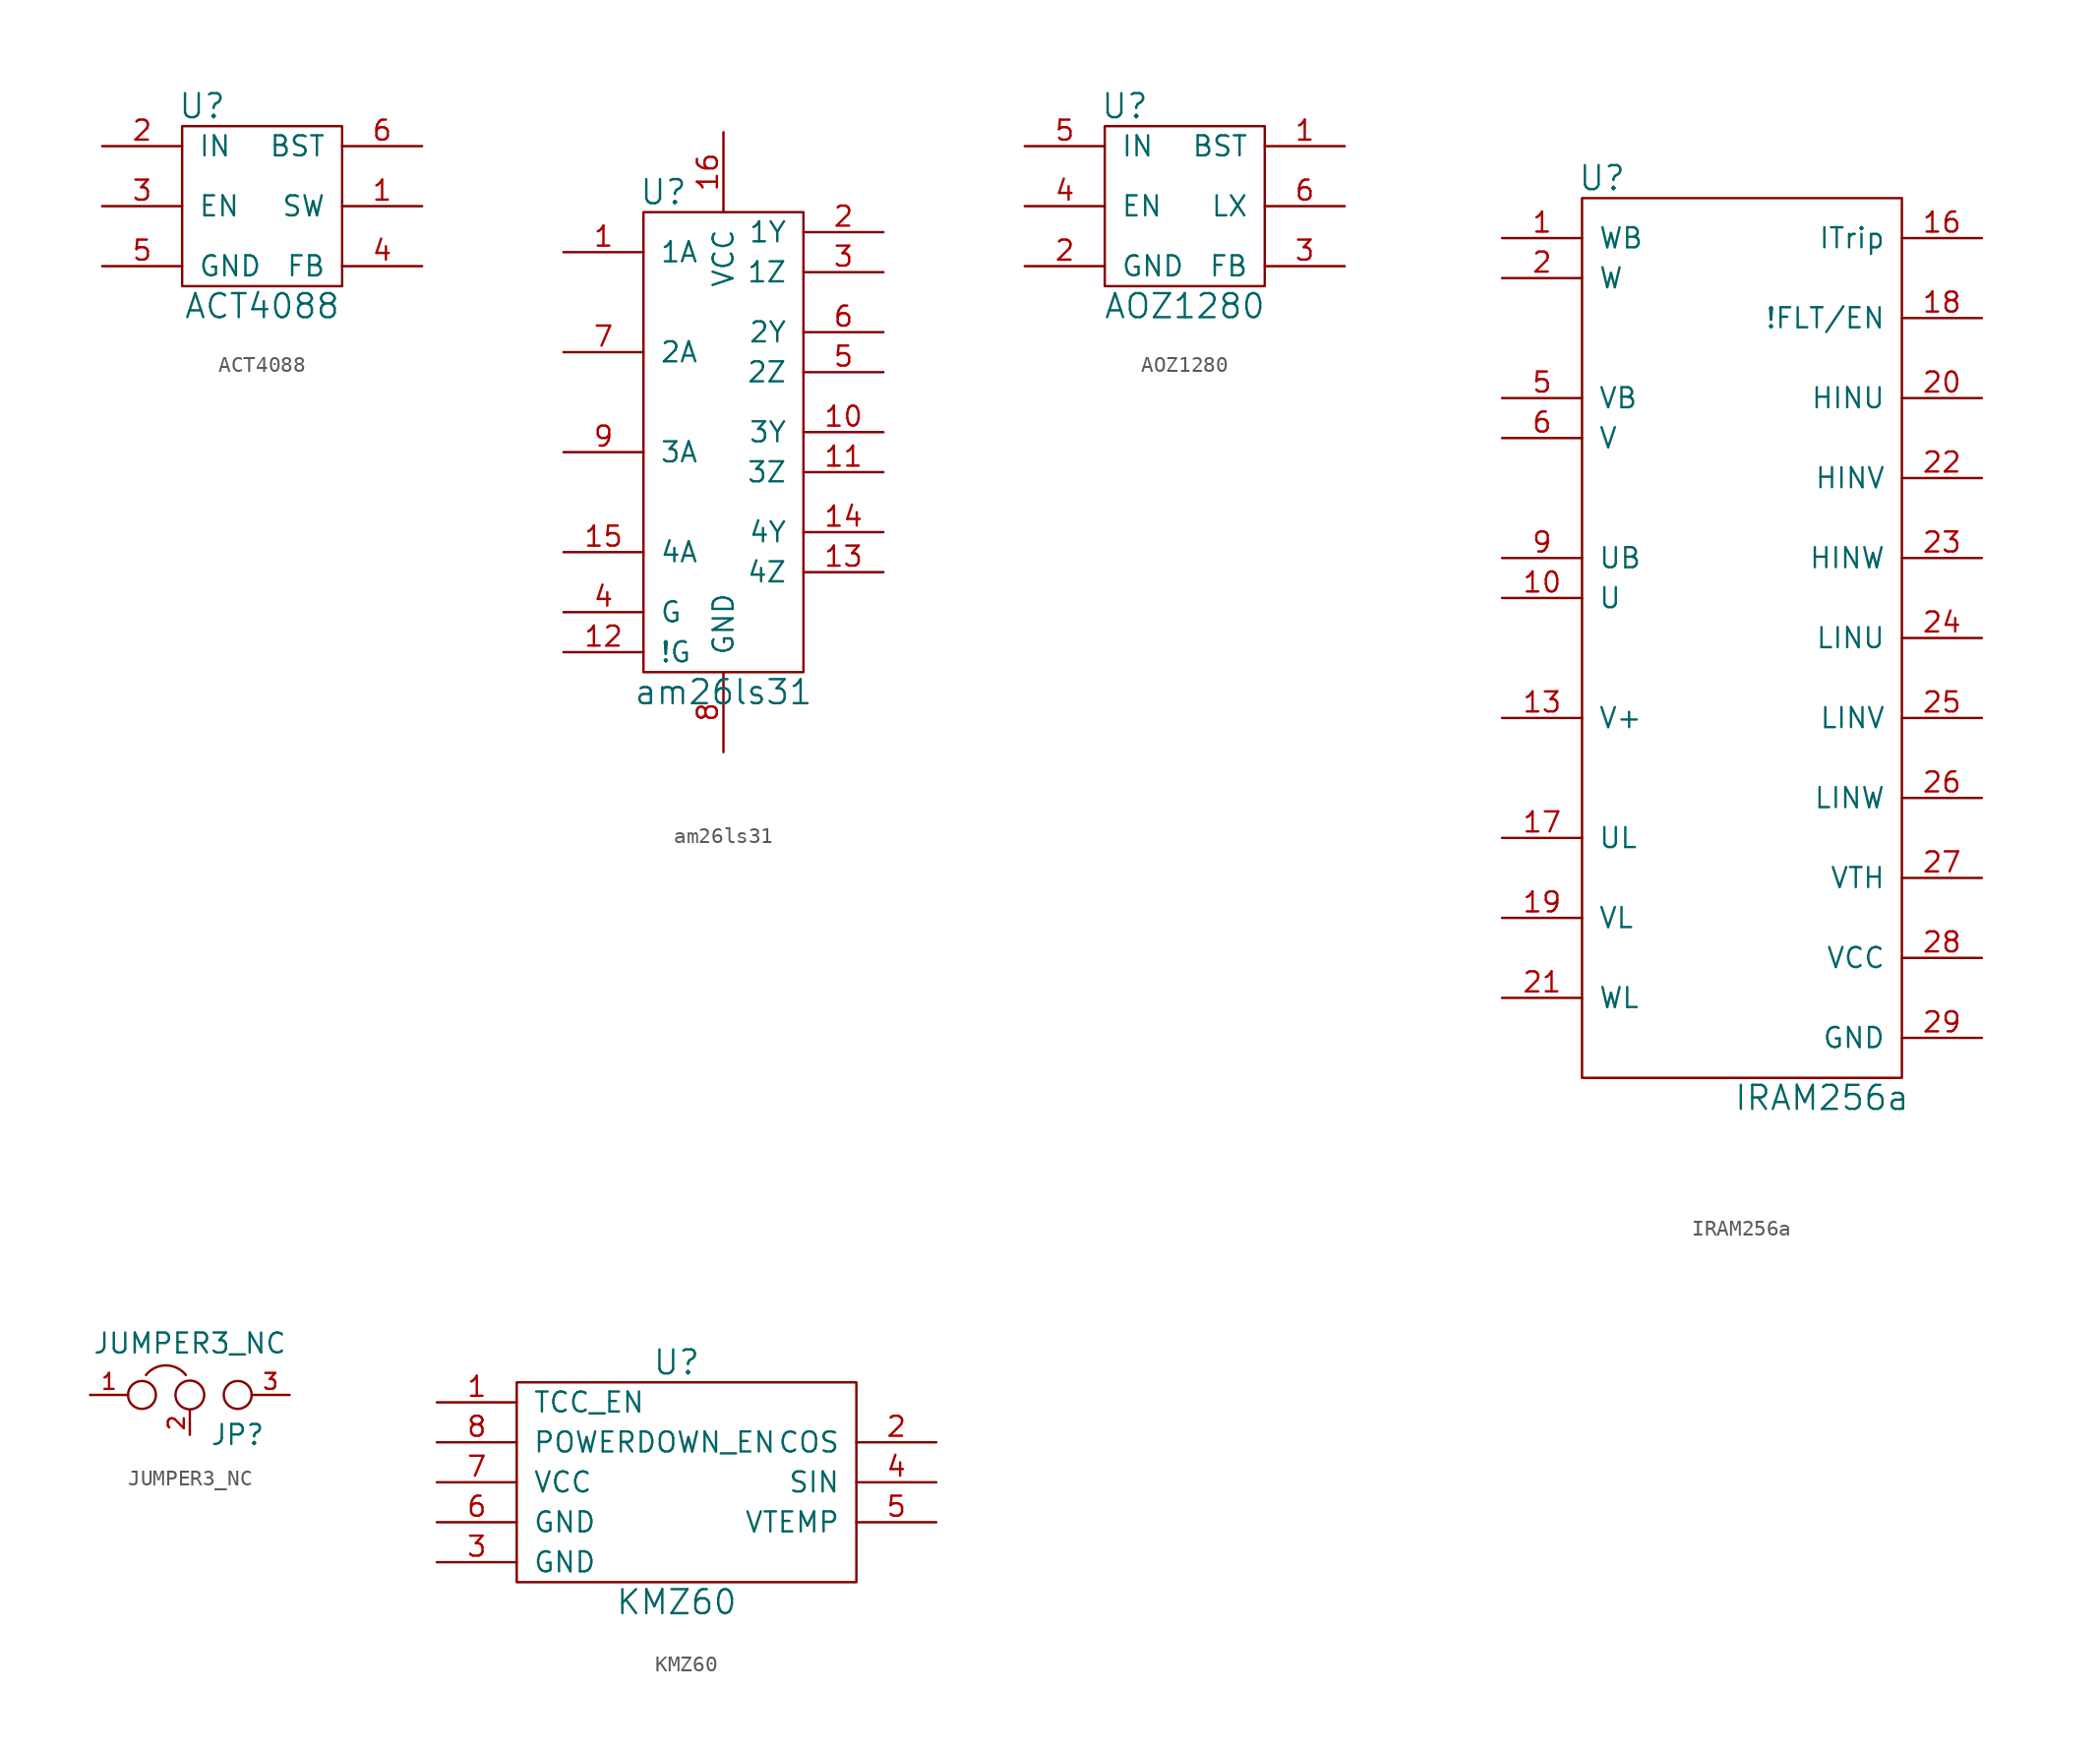
<source format=kicad_sym>
(kicad_symbol_lib
  (version 20211014)
  (generator kicad_symbol_editor)
  (symbol "ACT4088"
    (pin_names
      (offset 1.016))
    (property "Reference" "U"
      (at -3.81 6.35 0)
      (effects (font (size 1.524 1.524))))
    (property "Value" "ACT4088"
      (at 0 -6.35 0)
      (effects (font (size 1.524 1.524))))
    (property "Footprint" ""
      (at 0 0 0)
      (effects (font (size 1.524 1.524))))
    (property "Datasheet" ""
      (at 0 0 0)
      (effects (font (size 1.524 1.524))))
    (symbol "ACT4088_0_1"
      (rectangle (start -5.08 5.08) (end 5.08 -5.08) (stroke (width 0) (type default) (color 0 0 0 0)) (fill (type none))))
    (symbol "ACT4088_1_1"
      (pin power_out line (at 10.16 0 180) (length 5.08) (name "SW" (effects (font (size 1.27 1.27)))) (number "1" (effects (font (size 1.27 1.27)))))
      (pin power_in line (at -10.16 3.81 0) (length 5.08) (name "IN" (effects (font (size 1.27 1.27)))) (number "2" (effects (font (size 1.27 1.27)))))
      (pin input line (at -10.16 0 0) (length 5.08) (name "EN" (effects (font (size 1.27 1.27)))) (number "3" (effects (font (size 1.27 1.27)))))
      (pin input line (at 10.16 -3.81 180) (length 5.08) (name "FB" (effects (font (size 1.27 1.27)))) (number "4" (effects (font (size 1.27 1.27)))))
      (pin power_in line (at -10.16 -3.81 0) (length 5.08) (name "GND" (effects (font (size 1.27 1.27)))) (number "5" (effects (font (size 1.27 1.27)))))
      (pin power_in line (at 10.16 3.81 180) (length 5.08) (name "BST" (effects (font (size 1.27 1.27)))) (number "6" (effects (font (size 1.27 1.27)))))))
  (symbol "am26ls31"
    (pin_names
      (offset 1.016))
    (property "Reference" "U"
      (at -3.81 12.7 0)
      (effects (font (size 1.524 1.524))))
    (property "Value" "am26ls31"
      (at 0 -19.05 0)
      (effects (font (size 1.524 1.524))))
    (symbol "am26ls31_0_1"
      (rectangle (start 5.08 11.43) (end -5.08 -17.78) (stroke (width 0) (type default) (color 0 0 0 0)) (fill (type none))))
    (symbol "am26ls31_1_1"
      (pin input line (at -10.16 8.89 0) (length 5.08) (name "1A" (effects (font (size 1.27 1.27)))) (number "1" (effects (font (size 1.27 1.27)))))
      (pin output line (at 10.16 -2.54 180) (length 5.08) (name "3Y" (effects (font (size 1.27 1.27)))) (number "10" (effects (font (size 1.27 1.27)))))
      (pin output line (at 10.16 -5.08 180) (length 5.08) (name "3Z" (effects (font (size 1.27 1.27)))) (number "11" (effects (font (size 1.27 1.27)))))
      (pin input line (at -10.16 -16.51 0) (length 5.08) (name "!G" (effects (font (size 1.27 1.27)))) (number "12" (effects (font (size 1.27 1.27)))))
      (pin output line (at 10.16 -11.43 180) (length 5.08) (name "4Z" (effects (font (size 1.27 1.27)))) (number "13" (effects (font (size 1.27 1.27)))))
      (pin output line (at 10.16 -8.89 180) (length 5.08) (name "4Y" (effects (font (size 1.27 1.27)))) (number "14" (effects (font (size 1.27 1.27)))))
      (pin input line (at -10.16 -10.16 0) (length 5.08) (name "4A" (effects (font (size 1.27 1.27)))) (number "15" (effects (font (size 1.27 1.27)))))
      (pin power_in line (at 0 16.51 270) (length 5.08) (name "VCC" (effects (font (size 1.27 1.27)))) (number "16" (effects (font (size 1.27 1.27)))))
      (pin output line (at 10.16 10.16 180) (length 5.08) (name "1Y" (effects (font (size 1.27 1.27)))) (number "2" (effects (font (size 1.27 1.27)))))
      (pin output line (at 10.16 7.62 180) (length 5.08) (name "1Z" (effects (font (size 1.27 1.27)))) (number "3" (effects (font (size 1.27 1.27)))))
      (pin input line (at -10.16 -13.97 0) (length 5.08) (name "G" (effects (font (size 1.27 1.27)))) (number "4" (effects (font (size 1.27 1.27)))))
      (pin output line (at 10.16 1.27 180) (length 5.08) (name "2Z" (effects (font (size 1.27 1.27)))) (number "5" (effects (font (size 1.27 1.27)))))
      (pin output line (at 10.16 3.81 180) (length 5.08) (name "2Y" (effects (font (size 1.27 1.27)))) (number "6" (effects (font (size 1.27 1.27)))))
      (pin input line (at -10.16 2.54 0) (length 5.08) (name "2A" (effects (font (size 1.27 1.27)))) (number "7" (effects (font (size 1.27 1.27)))))
      (pin power_in line (at 0 -22.86 90) (length 5.08) (name "GND" (effects (font (size 1.27 1.27)))) (number "8" (effects (font (size 1.27 1.27)))))
      (pin input line (at -10.16 -3.81 0) (length 5.08) (name "3A" (effects (font (size 1.27 1.27)))) (number "9" (effects (font (size 1.27 1.27)))))))
  (symbol "AOZ1280"
    (pin_names
      (offset 1.016))
    (property "Reference" "U"
      (at -3.81 6.35 0)
      (effects (font (size 1.524 1.524))))
    (property "Value" "AOZ1280"
      (at 0 -6.35 0)
      (effects (font (size 1.524 1.524))))
    (symbol "AOZ1280_0_1"
      (rectangle (start -5.08 5.08) (end 5.08 -5.08) (stroke (width 0) (type default) (color 0 0 0 0)) (fill (type none))))
    (symbol "AOZ1280_1_1"
      (pin power_in line (at 10.16 3.81 180) (length 5.08) (name "BST" (effects (font (size 1.27 1.27)))) (number "1" (effects (font (size 1.27 1.27)))))
      (pin power_in line (at -10.16 -3.81 0) (length 5.08) (name "GND" (effects (font (size 1.27 1.27)))) (number "2" (effects (font (size 1.27 1.27)))))
      (pin input line (at 10.16 -3.81 180) (length 5.08) (name "FB" (effects (font (size 1.27 1.27)))) (number "3" (effects (font (size 1.27 1.27)))))
      (pin input line (at -10.16 0 0) (length 5.08) (name "EN" (effects (font (size 1.27 1.27)))) (number "4" (effects (font (size 1.27 1.27)))))
      (pin power_in line (at -10.16 3.81 0) (length 5.08) (name "IN" (effects (font (size 1.27 1.27)))) (number "5" (effects (font (size 1.27 1.27)))))
      (pin power_out line (at 10.16 0 180) (length 5.08) (name "LX" (effects (font (size 1.27 1.27)))) (number "6" (effects (font (size 1.27 1.27)))))))
  (symbol "IRAM256a"
    (pin_names
      (offset 1.016))
    (property "Reference" "U"
      (at -8.89 29.21 0)
      (effects (font (size 1.524 1.524))))
    (property "Value" "IRAM256a"
      (at 5.08 -29.21 0)
      (effects (font (size 1.524 1.524))))
    (property "Footprint" ""
      (at 0 0 0)
      (effects (font (size 1.524 1.524))))
    (property "Datasheet" ""
      (at 0 0 0)
      (effects (font (size 1.524 1.524))))
    (symbol "IRAM256a_0_1"
      (rectangle (start -10.16 27.94) (end 10.16 -27.94) (stroke (width 0) (type default) (color 0 0 0 0)) (fill (type none))))
    (symbol "IRAM256a_1_1"
      (pin bidirectional line (at -15.24 25.4 0) (length 5.08) (name "WB" (effects (font (size 1.27 1.27)))) (number "1" (effects (font (size 1.27 1.27)))))
      (pin bidirectional line (at -15.24 2.54 0) (length 5.08) (name "U" (effects (font (size 1.27 1.27)))) (number "10" (effects (font (size 1.27 1.27)))))
      (pin bidirectional line (at -15.24 -5.08 0) (length 5.08) (name "V+" (effects (font (size 1.27 1.27)))) (number "13" (effects (font (size 1.27 1.27)))))
      (pin input line (at 15.24 25.4 180) (length 5.08) (name "ITrip" (effects (font (size 1.27 1.27)))) (number "16" (effects (font (size 1.27 1.27)))))
      (pin bidirectional line (at -15.24 -12.7 0) (length 5.08) (name "UL" (effects (font (size 1.27 1.27)))) (number "17" (effects (font (size 1.27 1.27)))))
      (pin input line (at 15.24 20.32 180) (length 5.08) (name "!FLT/EN" (effects (font (size 1.27 1.27)))) (number "18" (effects (font (size 1.27 1.27)))))
      (pin bidirectional line (at -15.24 -17.78 0) (length 5.08) (name "VL" (effects (font (size 1.27 1.27)))) (number "19" (effects (font (size 1.27 1.27)))))
      (pin bidirectional line (at -15.24 22.86 0) (length 5.08) (name "W" (effects (font (size 1.27 1.27)))) (number "2" (effects (font (size 1.27 1.27)))))
      (pin input line (at 15.24 15.24 180) (length 5.08) (name "HINU" (effects (font (size 1.27 1.27)))) (number "20" (effects (font (size 1.27 1.27)))))
      (pin bidirectional line (at -15.24 -22.86 0) (length 5.08) (name "WL" (effects (font (size 1.27 1.27)))) (number "21" (effects (font (size 1.27 1.27)))))
      (pin input line (at 15.24 10.16 180) (length 5.08) (name "HINV" (effects (font (size 1.27 1.27)))) (number "22" (effects (font (size 1.27 1.27)))))
      (pin input line (at 15.24 5.08 180) (length 5.08) (name "HINW" (effects (font (size 1.27 1.27)))) (number "23" (effects (font (size 1.27 1.27)))))
      (pin input line (at 15.24 0 180) (length 5.08) (name "LINU" (effects (font (size 1.27 1.27)))) (number "24" (effects (font (size 1.27 1.27)))))
      (pin input line (at 15.24 -5.08 180) (length 5.08) (name "LINV" (effects (font (size 1.27 1.27)))) (number "25" (effects (font (size 1.27 1.27)))))
      (pin input line (at 15.24 -10.16 180) (length 5.08) (name "LINW" (effects (font (size 1.27 1.27)))) (number "26" (effects (font (size 1.27 1.27)))))
      (pin output line (at 15.24 -15.24 180) (length 5.08) (name "VTH" (effects (font (size 1.27 1.27)))) (number "27" (effects (font (size 1.27 1.27)))))
      (pin power_in line (at 15.24 -20.32 180) (length 5.08) (name "VCC" (effects (font (size 1.27 1.27)))) (number "28" (effects (font (size 1.27 1.27)))))
      (pin power_in line (at 15.24 -25.4 180) (length 5.08) (name "GND" (effects (font (size 1.27 1.27)))) (number "29" (effects (font (size 1.27 1.27)))))
      (pin bidirectional line (at -15.24 15.24 0) (length 5.08) (name "VB" (effects (font (size 1.27 1.27)))) (number "5" (effects (font (size 1.27 1.27)))))
      (pin bidirectional line (at -15.24 12.7 0) (length 5.08) (name "V" (effects (font (size 1.27 1.27)))) (number "6" (effects (font (size 1.27 1.27)))))
      (pin bidirectional line (at -15.24 5.08 0) (length 5.08) (name "UB" (effects (font (size 1.27 1.27)))) (number "9" (effects (font (size 1.27 1.27)))))))
  (symbol "JUMPER3_NC"
    (pin_names
      (offset 0.762) hide)
    (property "Reference" "JP"
      (at 1.27 -2.54 0)
      (effects (font (size 1.27 1.27)) (justify left)))
    (property "Value" "JUMPER3_NC"
      (at 0 2.54 0)
      (effects (font (size 1.27 1.27)) (justify bottom)))
    (property "Footprint" ""
      (at 0 0 0)
      (effects (font (size 1.27 1.27))))
    (property "Datasheet" ""
      (at 0 0 0)
      (effects (font (size 1.27 1.27))))
    (symbol "JUMPER3_NC_0_1"
      (circle (center -3.048 0) (radius 0.889) (stroke (width 0) (type default) (color 0 0 0 0)) (fill (type none)))
      (arc (start -0.254 1.27) (mid -1.524 1.8804) (end -2.794 1.27) (stroke (width 0) (type default) (color 0 0 0 0)) (fill (type none)))
      (circle (center 0 0) (radius 0.914) (stroke (width 0) (type default) (color 0 0 0 0)) (fill (type none)))
      (circle (center 3.048 0) (radius 0.889) (stroke (width 0) (type default) (color 0 0 0 0)) (fill (type none)))
      (pin passive line (at -6.35 0 0) (length 2.413) (name "1" (effects (font (size 1.016 1.016)))) (number "1" (effects (font (size 1.016 1.016)))))
      (pin passive line (at 0 -2.54 90) (length 1.524) (name "2" (effects (font (size 1.016 1.016)))) (number "2" (effects (font (size 1.016 1.016)))))
      (pin passive line (at 6.35 0 180) (length 2.413) (name "3" (effects (font (size 1.016 1.016)))) (number "3" (effects (font (size 1.016 1.016)))))))
  (symbol "KMZ60"
    (pin_names
      (offset 1.016))
    (property "Reference" "U"
      (at 0 7.62 0)
      (effects (font (size 1.524 1.524))))
    (property "Value" "KMZ60"
      (at 0 -7.62 0)
      (effects (font (size 1.524 1.524))))
    (symbol "KMZ60_0_1"
      (rectangle (start -10.16 6.35) (end 11.43 -6.35) (stroke (width 0) (type default) (color 0 0 0 0)) (fill (type none))))
    (symbol "KMZ60_1_1"
      (pin input line (at -15.24 5.08 0) (length 5.08) (name "TCC_EN" (effects (font (size 1.27 1.27)))) (number "1" (effects (font (size 1.27 1.27)))))
      (pin output line (at 16.51 2.54 180) (length 5.08) (name "COS" (effects (font (size 1.27 1.27)))) (number "2" (effects (font (size 1.27 1.27)))))
      (pin power_in line (at -15.24 -5.08 0) (length 5.08) (name "GND" (effects (font (size 1.27 1.27)))) (number "3" (effects (font (size 1.27 1.27)))))
      (pin output line (at 16.51 0 180) (length 5.08) (name "SIN" (effects (font (size 1.27 1.27)))) (number "4" (effects (font (size 1.27 1.27)))))
      (pin output line (at 16.51 -2.54 180) (length 5.08) (name "VTEMP" (effects (font (size 1.27 1.27)))) (number "5" (effects (font (size 1.27 1.27)))))
      (pin power_in line (at -15.24 -2.54 0) (length 5.08) (name "GND" (effects (font (size 1.27 1.27)))) (number "6" (effects (font (size 1.27 1.27)))))
      (pin power_in line (at -15.24 0 0) (length 5.08) (name "VCC" (effects (font (size 1.27 1.27)))) (number "7" (effects (font (size 1.27 1.27)))))
      (pin input line (at -15.24 2.54 0) (length 5.08) (name "POWERDOWN_EN" (effects (font (size 1.27 1.27)))) (number "8" (effects (font (size 1.27 1.27))))))))
</source>
